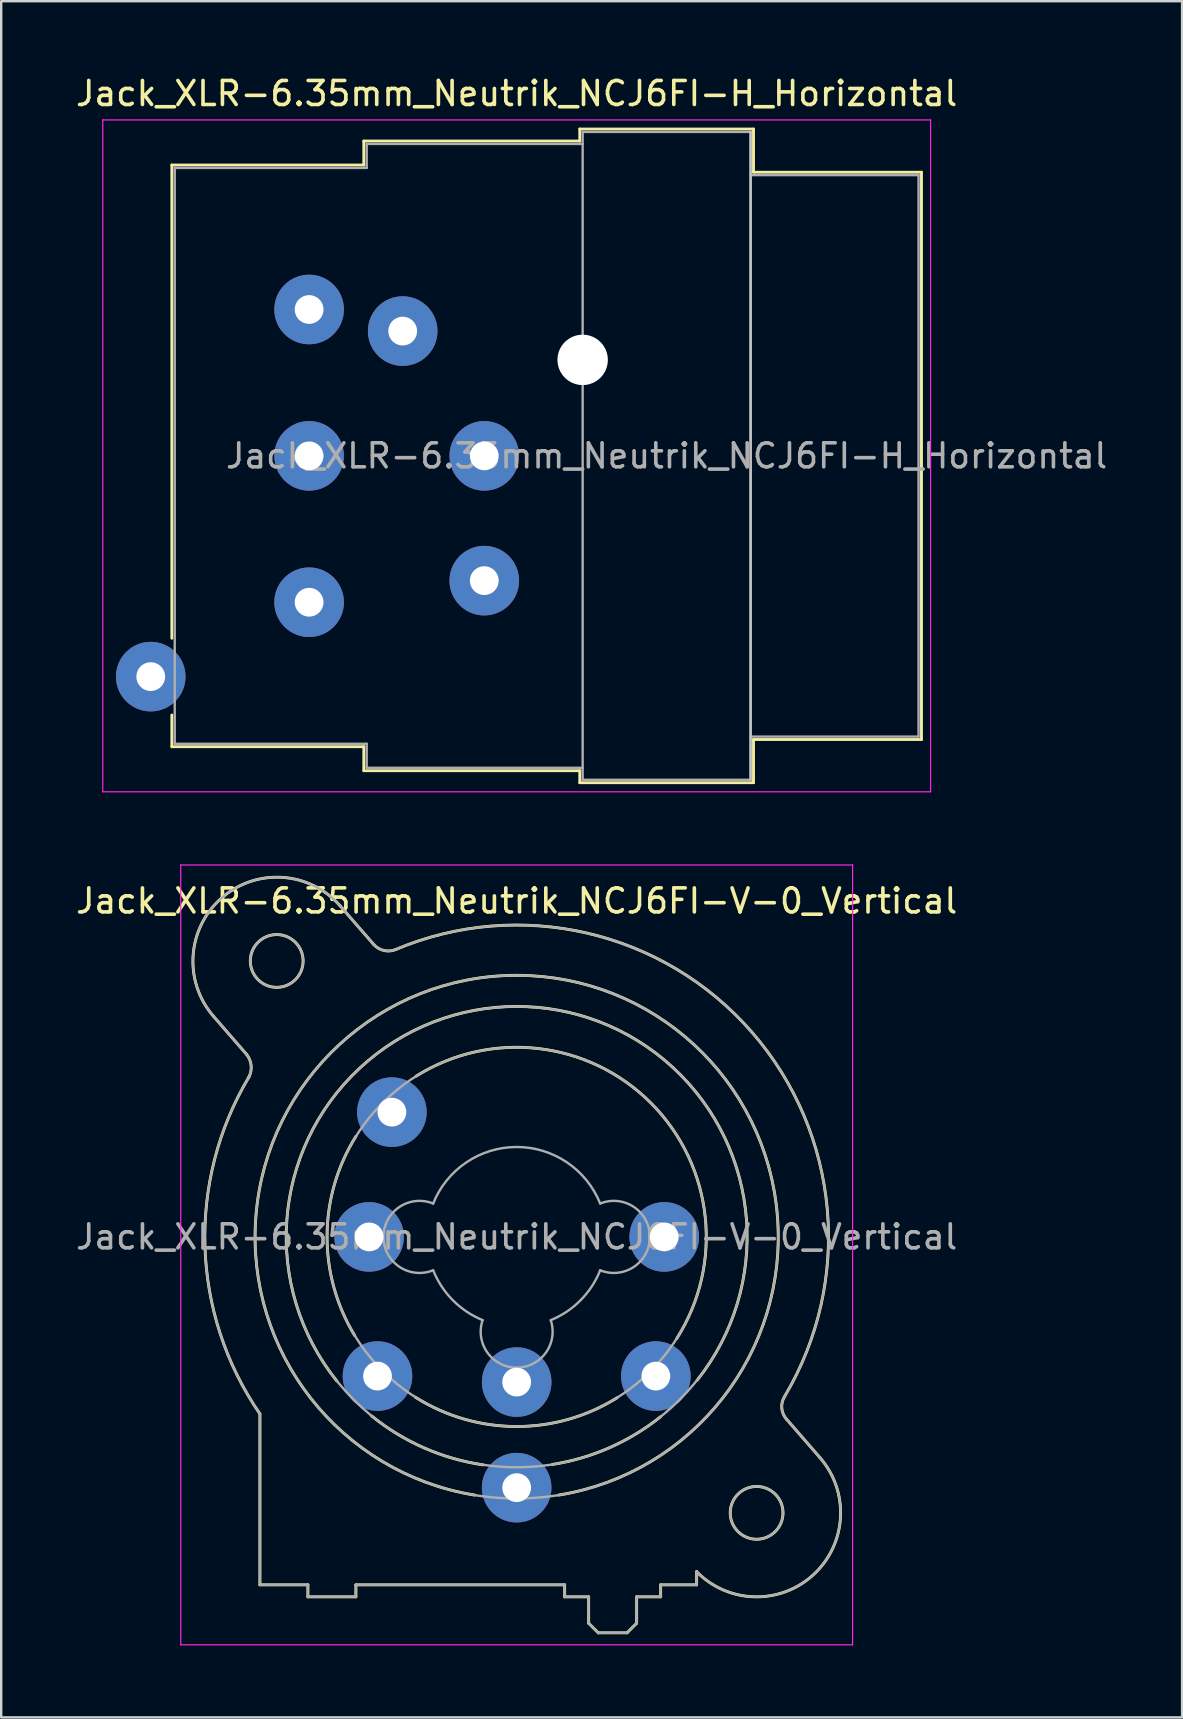
<source format=kicad_pcb>
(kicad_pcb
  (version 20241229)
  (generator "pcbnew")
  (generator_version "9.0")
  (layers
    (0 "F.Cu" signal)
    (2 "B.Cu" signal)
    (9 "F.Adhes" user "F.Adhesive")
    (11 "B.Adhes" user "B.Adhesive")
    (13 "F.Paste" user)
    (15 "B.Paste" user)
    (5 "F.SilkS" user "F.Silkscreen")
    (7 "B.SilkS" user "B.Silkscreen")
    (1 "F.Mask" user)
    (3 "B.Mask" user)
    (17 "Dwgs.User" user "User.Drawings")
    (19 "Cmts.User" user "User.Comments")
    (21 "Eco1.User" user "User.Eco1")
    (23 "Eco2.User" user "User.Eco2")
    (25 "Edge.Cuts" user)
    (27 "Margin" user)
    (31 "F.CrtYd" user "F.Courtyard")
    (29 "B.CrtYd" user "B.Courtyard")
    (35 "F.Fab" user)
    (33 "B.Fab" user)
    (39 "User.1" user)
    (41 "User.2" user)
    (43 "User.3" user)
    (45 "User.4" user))
  (footprint "Jack_XLR-6.35mm_Neutrik_NCJ6FI-V-0_Vertical"
    (layer "F.Cu")
    (at 24.632 48.498)
    (property "Reference" "Jack_XLR-6.35mm_Neutrik_NCJ6FI-V-0_Vertical" (at -6.15 -14 0) (layer "F.SilkS") (effects (font (size 1 1) (thickness 0.15))))
    (attr through_hole)
    (fp_line (start -17.4 -7.6) (end -18.79 -9.2) (stroke (width 0.12) (type solid)) (layer "F.SilkS"))
    (fp_line (start -16.85 14.5) (end -16.85 7.38) (stroke (width 0.12) (type solid)) (layer "F.SilkS"))
    (fp_line (start -14.85 14.5) (end -16.85 14.5) (stroke (width 0.12) (type solid)) (layer "F.SilkS"))
    (fp_line (start -14.85 14.5) (end -14.85 15) (stroke (width 0.12) (type solid)) (layer "F.SilkS"))
    (fp_line (start -13.51 -13.8) (end -12.11 -12.19) (stroke (width 0.12) (type solid)) (layer "F.SilkS"))
    (fp_line (start -12.85 14.5) (end -12.85 15) (stroke (width 0.12) (type solid)) (layer "F.SilkS"))
    (fp_line (start -12.85 15) (end -14.85 15) (stroke (width 0.12) (type solid)) (layer "F.SilkS"))
    (fp_line (start -4.15 14.5) (end -12.85 14.5) (stroke (width 0.12) (type solid)) (layer "F.SilkS"))
    (fp_line (start -4.15 14.5) (end -4.15 15) (stroke (width 0.12) (type solid)) (layer "F.SilkS"))
    (fp_line (start -3.15 15) (end -4.15 15) (stroke (width 0.12) (type solid)) (layer "F.SilkS"))
    (fp_line (start -3.15 15) (end -3.15 16.1) (stroke (width 0.12) (type solid)) (layer "F.SilkS"))
    (fp_line (start -3.15 16.1) (end -2.75 16.5) (stroke (width 0.12) (type solid)) (layer "F.SilkS"))
    (fp_line (start -1.55 16.5) (end -2.75 16.5) (stroke (width 0.12) (type solid)) (layer "F.SilkS"))
    (fp_line (start -1.15 15) (end -1.15 16.1) (stroke (width 0.12) (type solid)) (layer "F.SilkS"))
    (fp_line (start -1.15 16.1) (end -1.55 16.5) (stroke (width 0.12) (type solid)) (layer "F.SilkS"))
    (fp_line (start -0.15 14.5) (end -0.15 15) (stroke (width 0.12) (type solid)) (layer "F.SilkS"))
    (fp_line (start -0.15 15) (end -1.15 15) (stroke (width 0.12) (type solid)) (layer "F.SilkS"))
    (fp_line (start 1.35 13.95) (end 1.35 14.5) (stroke (width 0.12) (type solid)) (layer "F.SilkS"))
    (fp_line (start 1.35 14.5) (end -0.15 14.5) (stroke (width 0.12) (type solid)) (layer "F.SilkS"))
    (fp_line (start 5.1 7.6) (end 6.49 9.2) (stroke (width 0.12) (type solid)) (layer "F.SilkS"))
    (fp_arc (start -18.79 -9.2) (mid -18.45 -14.14) (end -13.51 -13.8) (stroke (width 0.12) (type solid)) (layer "F.SilkS"))
    (fp_arc (start -17.400452 -7.59955) (mid -17.216295 -7.14315) (end -17.31 -6.66) (stroke (width 0.12) (type solid)) (layer "F.SilkS"))
    (fp_arc (start -16.851206 7.374645) (mid -19.139261 0.42462) (end -17.31 -6.66) (stroke (width 0.12) (type solid)) (layer "F.SilkS"))
    (fp_arc (start -13.65 6) (mid -6.168408 -9.604669) (end 1.372943 5.971208) (stroke (width 0.12) (type solid)) (layer "F.SilkS"))
    (fp_arc (start -12.9 4.11) (mid -14.052663 -0.0501) (end -12.847348 -4.195251) (stroke (width 0.12) (type solid)) (layer "F.SilkS"))
    (fp_arc (start -11.201352 -11.974349) (mid 3.655031 -8.530097) (end 5.01 6.66) (stroke (width 0.12) (type solid)) (layer "F.SilkS"))
    (fp_arc (start -11.177539 -11.981856) (mid -11.677484 -11.93489) (end -12.11 -12.19) (stroke (width 0.12) (type solid)) (layer "F.SilkS"))
    (fp_arc (start -10.34 -6.7) (mid -0.544787 -5.570251) (end 0.523653 4.231839) (stroke (width 0.12) (type solid)) (layer "F.SilkS"))
    (fp_arc (start -7.9 10.76) (mid -6.152346 -10.90138) (end -4.395368 10.759246) (stroke (width 0.12) (type solid)) (layer "F.SilkS"))
    (fp_arc (start -7.55 9.5) (mid -10.007174 8.793873) (end -12.190932 7.464391) (stroke (width 0.12) (type solid)) (layer "F.SilkS"))
    (fp_arc (start -1.96 6.7) (mid -6.167825 7.902264) (end -10.370184 6.681029) (stroke (width 0.12) (type solid)) (layer "F.SilkS"))
    (fp_arc (start -0.16 7.5) (mid -2.282236 8.784674) (end -4.662837 9.482534) (stroke (width 0.12) (type solid)) (layer "F.SilkS"))
    (fp_arc (start 5.109394 7.611661) (mid 4.900255 7.152483) (end 5.01 6.66) (stroke (width 0.12) (type solid)) (layer "F.SilkS"))
    (fp_arc (start 6.49 9.2) (mid 6.227307 14.070606) (end 1.351052 13.95252) (stroke (width 0.12) (type solid)) (layer "F.SilkS"))
    (fp_circle (center -16.15 -11.5) (end -15.05 -11.5) (stroke (width 0.12) (type solid)) (fill no) (layer "F.SilkS"))
    (fp_circle (center 3.85 11.5) (end 4.95 11.5) (stroke (width 0.12) (type solid)) (fill no) (layer "F.SilkS"))
    (fp_line (start -20.15 -15.5) (end 7.85 -15.5) (stroke (width 0.05) (type solid)) (layer "F.CrtYd"))
    (fp_line (start -20.15 17) (end -20.15 -15.5) (stroke (width 0.05) (type solid)) (layer "F.CrtYd"))
    (fp_line (start 7.85 -15.5) (end 7.85 17) (stroke (width 0.05) (type solid)) (layer "F.CrtYd"))
    (fp_line (start 7.85 17) (end -20.15 17) (stroke (width 0.05) (type solid)) (layer "F.CrtYd"))
    (fp_line (start -17.4 -7.6) (end -18.79 -9.2) (stroke (width 0.1) (type solid)) (layer "F.Fab"))
    (fp_line (start -16.85 14.5) (end -16.85 7.38) (stroke (width 0.1) (type solid)) (layer "F.Fab"))
    (fp_line (start -14.85 14.5) (end -16.85 14.5) (stroke (width 0.1) (type solid)) (layer "F.Fab"))
    (fp_line (start -14.85 14.5) (end -14.85 15) (stroke (width 0.1) (type solid)) (layer "F.Fab"))
    (fp_line (start -13.51 -13.8) (end -12.11 -12.19) (stroke (width 0.1) (type solid)) (layer "F.Fab"))
    (fp_line (start -12.85 14.5) (end -12.85 15) (stroke (width 0.1) (type solid)) (layer "F.Fab"))
    (fp_line (start -12.85 15) (end -14.85 15) (stroke (width 0.1) (type solid)) (layer "F.Fab"))
    (fp_line (start -4.15 14.5) (end -12.85 14.5) (stroke (width 0.1) (type solid)) (layer "F.Fab"))
    (fp_line (start -4.15 14.5) (end -4.15 15) (stroke (width 0.1) (type solid)) (layer "F.Fab"))
    (fp_line (start -3.15 15) (end -4.15 15) (stroke (width 0.1) (type solid)) (layer "F.Fab"))
    (fp_line (start -3.15 15) (end -3.15 16.1) (stroke (width 0.1) (type solid)) (layer "F.Fab"))
    (fp_line (start -3.15 16.1) (end -2.75 16.5) (stroke (width 0.1) (type solid)) (layer "F.Fab"))
    (fp_line (start -1.55 16.5) (end -2.75 16.5) (stroke (width 0.1) (type solid)) (layer "F.Fab"))
    (fp_line (start -1.15 15) (end -1.15 16.1) (stroke (width 0.1) (type solid)) (layer "F.Fab"))
    (fp_line (start -1.15 16.1) (end -1.55 16.5) (stroke (width 0.1) (type solid)) (layer "F.Fab"))
    (fp_line (start -0.15 14.5) (end -0.15 15) (stroke (width 0.1) (type solid)) (layer "F.Fab"))
    (fp_line (start -0.15 15) (end -1.15 15) (stroke (width 0.1) (type solid)) (layer "F.Fab"))
    (fp_line (start 1.35 13.95) (end 1.35 14.5) (stroke (width 0.1) (type solid)) (layer "F.Fab"))
    (fp_line (start 1.35 14.5) (end -0.15 14.5) (stroke (width 0.1) (type solid)) (layer "F.Fab"))
    (fp_line (start 5.1 7.6) (end 6.49 9.2) (stroke (width 0.1) (type solid)) (layer "F.Fab"))
    (fp_arc (start -18.79 -9.2) (mid -18.45 -14.14) (end -13.51 -13.8) (stroke (width 0.1) (type solid)) (layer "F.Fab"))
    (fp_arc (start -17.400452 -7.59955) (mid -17.216295 -7.14315) (end -17.31 -6.66) (stroke (width 0.1) (type solid)) (layer "F.Fab"))
    (fp_arc (start -16.851206 7.374645) (mid -19.139261 0.42462) (end -17.31 -6.66) (stroke (width 0.1) (type solid)) (layer "F.Fab"))
    (fp_arc (start -11.201352 -11.974349) (mid 3.655031 -8.530097) (end 5.01 6.66) (stroke (width 0.1) (type solid)) (layer "F.Fab"))
    (fp_arc (start -11.177539 -11.981856) (mid -11.677484 -11.93489) (end -12.11 -12.19) (stroke (width 0.1) (type solid)) (layer "F.Fab"))
    (fp_arc (start -9.634717 1.391925) (mid -11.702329 -0.002547) (end -9.63 -1.39) (stroke (width 0.1) (type solid)) (layer "F.Fab"))
    (fp_arc (start -9.631116 -1.387204) (mid -6.151505 -3.747333) (end -2.67 -1.39) (stroke (width 0.1) (type solid)) (layer "F.Fab"))
    (fp_arc (start -7.567529 3.468878) (mid -8.810241 2.639246) (end -9.63 1.39) (stroke (width 0.1) (type solid)) (layer "F.Fab"))
    (fp_arc (start -4.729599 3.471189) (mid -6.150627 5.448932) (end -7.57 3.47) (stroke (width 0.1) (type solid)) (layer "F.Fab"))
    (fp_arc (start -2.667476 1.389002) (mid -3.487046 2.639314) (end -4.73 3.47) (stroke (width 0.1) (type solid)) (layer "F.Fab"))
    (fp_arc (start -2.665283 -1.391925) (mid -0.597671 0.002547) (end -2.67 1.39) (stroke (width 0.1) (type solid)) (layer "F.Fab"))
    (fp_arc (start 5.109394 7.611661) (mid 4.900255 7.152483) (end 5.01 6.66) (stroke (width 0.1) (type solid)) (layer "F.Fab"))
    (fp_arc (start 6.49 9.2) (mid 6.227307 14.070606) (end 1.351052 13.95252) (stroke (width 0.1) (type solid)) (layer "F.Fab"))
    (fp_circle (center -16.15 -11.5) (end -15.05 -11.5) (stroke (width 0.1) (type solid)) (fill no) (layer "F.Fab"))
    (fp_circle (center -6.15 0) (end 1.75 0) (stroke (width 0.1) (type solid)) (fill no) (layer "F.Fab"))
    (fp_circle (center -6.15 0) (end 3.45 0) (stroke (width 0.1) (type solid)) (fill no) (layer "F.Fab"))
    (fp_circle (center -6.15 0) (end 4.75 0) (stroke (width 0.1) (type solid)) (fill no) (layer "F.Fab"))
    (fp_circle (center 3.85 11.5) (end 4.95 11.5) (stroke (width 0.1) (type solid)) (fill no) (layer "F.Fab"))
    (fp_text user "${REFERENCE}" (at -6.15 0 0) (layer "F.Fab") (effects (font (size 1 1) (thickness 0.15))))
    (pad "1" thru_hole circle (at 0 0) (size 2.9 2.9) (drill 1.2) (layers "*.Cu" "*.Mask"))
    (pad "2" thru_hole circle (at -12.3 0) (size 2.9 2.9) (drill 1.2) (layers "*.Cu" "*.Mask"))
    (pad "3" thru_hole circle (at -6.15 6.05) (size 2.9 2.9) (drill 1.2) (layers "*.Cu" "*.Mask"))
    (pad "G" thru_hole circle (at -6.15 10.45) (size 2.9 2.9) (drill 1.2) (layers "*.Cu" "*.Mask"))
    (pad "R" thru_hole circle (at -0.35 5.8) (size 2.9 2.9) (drill 1.2) (layers "*.Cu" "*.Mask"))
    (pad "S" thru_hole circle (at -11.95 5.8) (size 2.9 2.9) (drill 1.2) (layers "*.Cu" "*.Mask"))
    (pad "T" thru_hole circle (at -11.35 -5.2) (size 2.9 2.9) (drill 1.2) (layers "*.Cu" "*.Mask")))
  (footprint "Jack_XLR-6.35mm_Neutrik_NCJ6FI-H_Horizontal"
    (layer "F.Cu")
    (at 9.832 9.848)
    (property "Reference" "Jack_XLR-6.35mm_Neutrik_NCJ6FI-H_Horizontal" (at 8.65 -9 0) (layer "F.SilkS") (effects (font (size 1 1) (thickness 0.15))))
    (attr through_hole)
    (fp_line (start -5.72 -6.02) (end -5.72 13.7) (stroke (width 0.12) (type solid)) (layer "F.SilkS"))
    (fp_line (start -5.72 16.9) (end -5.72 18.22) (stroke (width 0.12) (type solid)) (layer "F.SilkS"))
    (fp_line (start 2.28 -7.02) (end 2.28 -6.02) (stroke (width 0.12) (type solid)) (layer "F.SilkS"))
    (fp_line (start 2.28 -6.02) (end -5.72 -6.02) (stroke (width 0.12) (type solid)) (layer "F.SilkS"))
    (fp_line (start 2.28 18.22) (end -5.72 18.22) (stroke (width 0.12) (type solid)) (layer "F.SilkS"))
    (fp_line (start 2.28 19.22) (end 2.28 18.22) (stroke (width 0.12) (type solid)) (layer "F.SilkS"))
    (fp_line (start 11.28 -7.02) (end 2.28 -7.02) (stroke (width 0.12) (type solid)) (layer "F.SilkS"))
    (fp_line (start 11.28 -7.02) (end 11.28 -7.52) (stroke (width 0.12) (type solid)) (layer "F.SilkS"))
    (fp_line (start 11.28 19.22) (end 2.28 19.22) (stroke (width 0.12) (type solid)) (layer "F.SilkS"))
    (fp_line (start 11.28 19.72) (end 11.28 19.22) (stroke (width 0.12) (type solid)) (layer "F.SilkS"))
    (fp_line (start 18.52 -7.52) (end 11.28 -7.52) (stroke (width 0.12) (type solid)) (layer "F.SilkS"))
    (fp_line (start 18.52 -7.52) (end 18.52 -5.72) (stroke (width 0.12) (type solid)) (layer "F.SilkS"))
    (fp_line (start 18.52 -5.72) (end 25.52 -5.72) (stroke (width 0.12) (type solid)) (layer "F.SilkS"))
    (fp_line (start 18.52 17.92) (end 18.52 19.72) (stroke (width 0.12) (type solid)) (layer "F.SilkS"))
    (fp_line (start 18.52 17.92) (end 25.52 17.92) (stroke (width 0.12) (type solid)) (layer "F.SilkS"))
    (fp_line (start 18.52 19.72) (end 11.28 19.72) (stroke (width 0.12) (type solid)) (layer "F.SilkS"))
    (fp_line (start 25.52 -5.72) (end 25.52 17.92) (stroke (width 0.12) (type solid)) (layer "F.SilkS"))
    (fp_line (start 18.4 -7.4) (end 18.4 19.6) (stroke (width 0.1) (type solid)) (layer "Dwgs.User"))
    (fp_line (start -8.6 -7.9) (end -8.6 20.1) (stroke (width 0.05) (type solid)) (layer "F.CrtYd"))
    (fp_line (start 25.9 -7.9) (end -8.6 -7.9) (stroke (width 0.05) (type solid)) (layer "F.CrtYd"))
    (fp_line (start 25.9 -7.9) (end 25.9 20.1) (stroke (width 0.05) (type solid)) (layer "F.CrtYd"))
    (fp_line (start 25.9 20.1) (end -8.6 20.1) (stroke (width 0.05) (type solid)) (layer "F.CrtYd"))
    (fp_line (start -5.6 -5.9) (end -5.6 18.1) (stroke (width 0.1) (type solid)) (layer "F.Fab"))
    (fp_line (start -5.6 18.1) (end 2.4 18.1) (stroke (width 0.1) (type solid)) (layer "F.Fab"))
    (fp_line (start 2.4 -6.9) (end 2.4 -5.9) (stroke (width 0.1) (type solid)) (layer "F.Fab"))
    (fp_line (start 2.4 -5.9) (end -5.6 -5.9) (stroke (width 0.1) (type solid)) (layer "F.Fab"))
    (fp_line (start 2.4 18.1) (end 2.4 19.1) (stroke (width 0.1) (type solid)) (layer "F.Fab"))
    (fp_line (start 2.4 19.1) (end 11.4 19.1) (stroke (width 0.1) (type solid)) (layer "F.Fab"))
    (fp_line (start 11.4 -7.4) (end 18.4 -7.4) (stroke (width 0.1) (type solid)) (layer "F.Fab"))
    (fp_line (start 11.4 -6.9) (end 2.4 -6.9) (stroke (width 0.1) (type solid)) (layer "F.Fab"))
    (fp_line (start 11.4 19.6) (end 11.4 -7.4) (stroke (width 0.1) (type solid)) (layer "F.Fab"))
    (fp_line (start 18.4 -7.4) (end 18.4 19.6) (stroke (width 0.1) (type solid)) (layer "F.Fab"))
    (fp_line (start 18.4 -5.6) (end 25.4 -5.6) (stroke (width 0.1) (type solid)) (layer "F.Fab"))
    (fp_line (start 18.4 19.6) (end 11.4 19.6) (stroke (width 0.1) (type solid)) (layer "F.Fab"))
    (fp_line (start 25.4 -5.6) (end 25.4 17.8) (stroke (width 0.1) (type solid)) (layer "F.Fab"))
    (fp_line (start 25.4 17.8) (end 18.4 17.8) (stroke (width 0.1) (type solid)) (layer "F.Fab"))
    (fp_text user "${REFERENCE}" (at 14.9 6.1 0) (layer "F.Fab") (effects (font (size 1 1) (thickness 0.15))))
    (pad "" np_thru_hole circle (at 11.4 2.1) (size 2.1 2.1) (drill 2.1) (layers "*.Cu" "*.Mask"))
    (pad "1" thru_hole circle (at 0 0) (size 2.9 2.9) (drill 1.2) (layers "*.Cu" "*.Mask"))
    (pad "2" thru_hole circle (at 0 12.2) (size 2.9 2.9) (drill 1.2) (layers "*.Cu" "*.Mask"))
    (pad "3" thru_hole circle (at 0 6.1) (size 2.9 2.9) (drill 1.2) (layers "*.Cu" "*.Mask"))
    (pad "G" thru_hole circle (at 7.3 6.1) (size 2.9 2.9) (drill 1.2) (layers "*.Cu" "*.Mask"))
    (pad "R" thru_hole circle (at 3.9 0.9) (size 2.9 2.9) (drill 1.2) (layers "*.Cu" "*.Mask"))
    (pad "S" thru_hole circle (at 7.3 11.3) (size 2.9 2.9) (drill 1.2) (layers "*.Cu" "*.Mask"))
    (pad "T" thru_hole circle (at -6.6 15.3) (size 2.9 2.9) (drill 1.2) (layers "*.Cu" "*.Mask")))
  (gr_rect
    (start -3 -3)
    (end 46.214 68.523)
    (stroke (width 0.1) (type default))
    (fill no)
    (layer "Edge.Cuts")))
</source>
